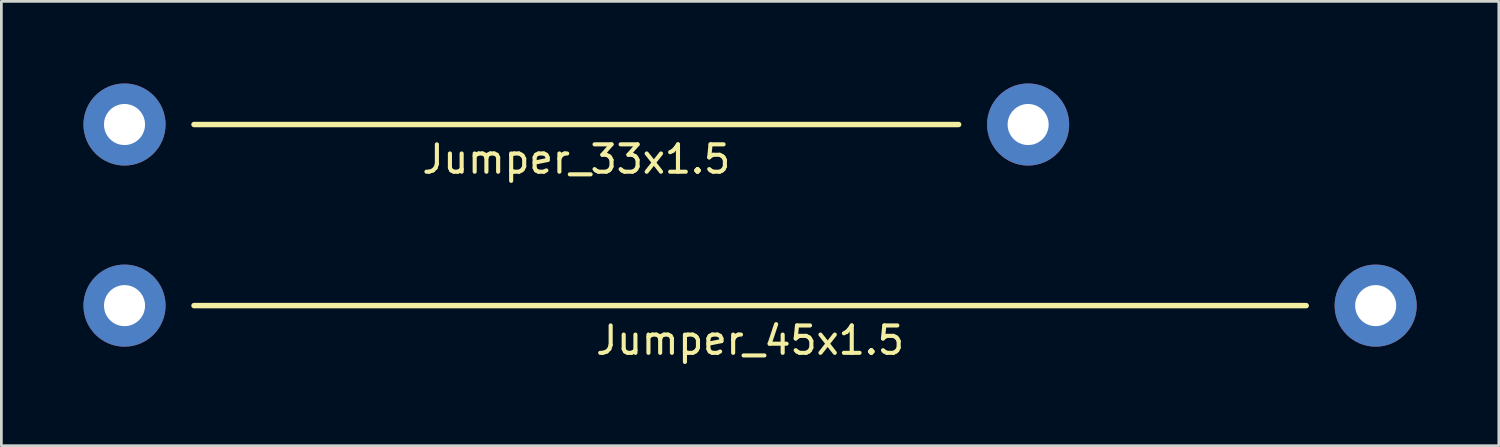
<source format=kicad_pcb>
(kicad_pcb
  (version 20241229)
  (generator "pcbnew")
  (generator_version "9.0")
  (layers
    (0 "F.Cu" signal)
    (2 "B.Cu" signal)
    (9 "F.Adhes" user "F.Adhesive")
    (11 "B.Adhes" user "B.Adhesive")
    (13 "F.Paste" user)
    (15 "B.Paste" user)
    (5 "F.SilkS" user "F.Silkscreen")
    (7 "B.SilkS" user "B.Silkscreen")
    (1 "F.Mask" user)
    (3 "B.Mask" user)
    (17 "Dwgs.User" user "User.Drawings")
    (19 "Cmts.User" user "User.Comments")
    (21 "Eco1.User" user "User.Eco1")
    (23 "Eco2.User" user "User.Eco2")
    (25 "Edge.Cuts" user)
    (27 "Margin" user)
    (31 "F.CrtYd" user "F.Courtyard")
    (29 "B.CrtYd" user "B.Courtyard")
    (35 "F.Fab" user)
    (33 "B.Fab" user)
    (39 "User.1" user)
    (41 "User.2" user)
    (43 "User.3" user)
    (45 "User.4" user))
  (footprint "Jumper_45x1.5"
    (layer "F.Cu")
    (at 24.36 8.118)
    (property "Reference" "Jumper_45x1.5" (at 0 1.27 0) (layer "F.SilkS") (effects (font (size 1 1) (thickness 0.15))))
    (attr through_hole)
    (fp_line (start 20.32 0) (end -20.32 0) (stroke (width 0.2) (type solid)) (layer "F.SilkS"))
    (pad "1" thru_hole circle (at -22.86 0) (size 3 3) (drill 1.5) (layers "*.Cu" "*.Mask"))
    (pad "2" thru_hole circle (at 22.86 0) (size 3 3) (drill 1.5) (layers "*.Cu" "*.Mask")))
  (footprint "Jumper_33x1.5"
    (layer "F.Cu")
    (at 18.01 1.5)
    (property "Reference" "Jumper_33x1.5" (at 0 1.27 0) (layer "F.SilkS") (effects (font (size 1 1) (thickness 0.15))))
    (attr through_hole)
    (fp_line (start 13.97 0) (end -13.97 0) (stroke (width 0.2) (type solid)) (layer "F.SilkS"))
    (pad "1" thru_hole circle (at -16.51 0) (size 3 3) (drill 1.5) (layers "*.Cu" "*.Mask"))
    (pad "2" thru_hole circle (at 16.51 0) (size 3 3) (drill 1.5) (layers "*.Cu" "*.Mask")))
  (gr_rect
    (start -3 -3)
    (end 51.72 13.236)
    (stroke (width 0.1) (type default))
    (fill no)
    (layer "Edge.Cuts")))
</source>
